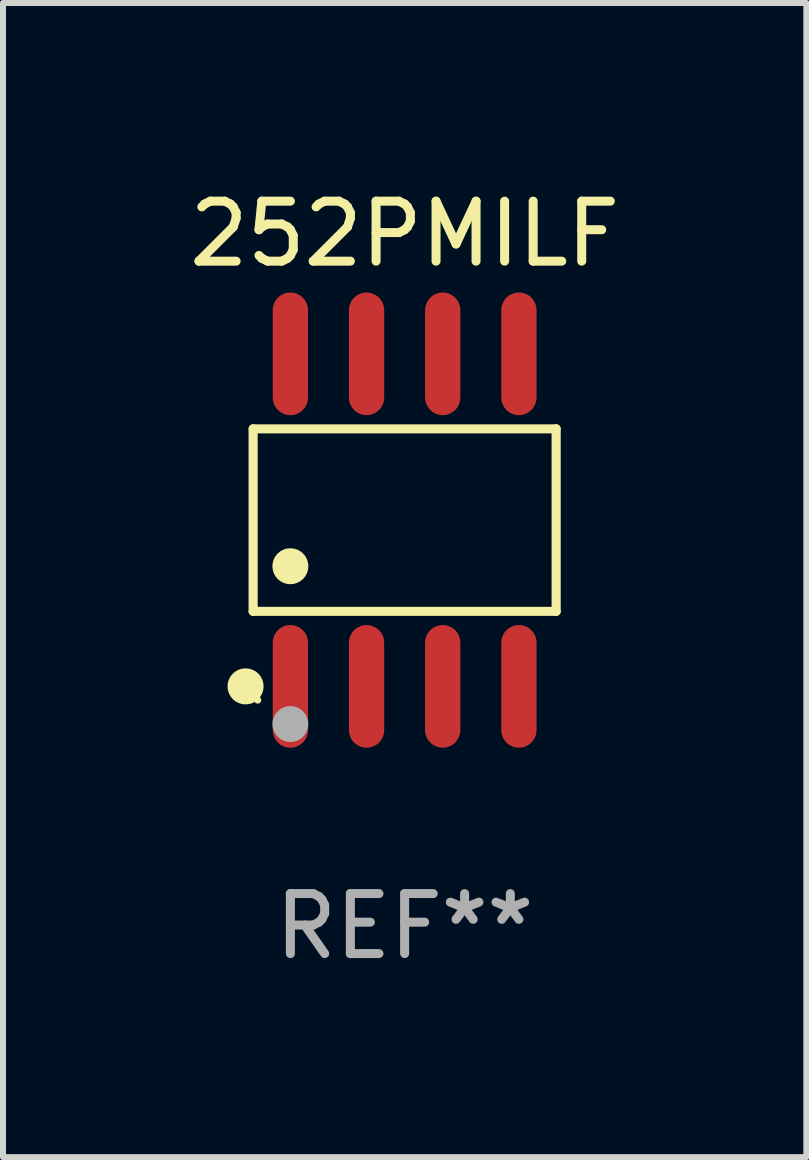
<source format=kicad_pcb>
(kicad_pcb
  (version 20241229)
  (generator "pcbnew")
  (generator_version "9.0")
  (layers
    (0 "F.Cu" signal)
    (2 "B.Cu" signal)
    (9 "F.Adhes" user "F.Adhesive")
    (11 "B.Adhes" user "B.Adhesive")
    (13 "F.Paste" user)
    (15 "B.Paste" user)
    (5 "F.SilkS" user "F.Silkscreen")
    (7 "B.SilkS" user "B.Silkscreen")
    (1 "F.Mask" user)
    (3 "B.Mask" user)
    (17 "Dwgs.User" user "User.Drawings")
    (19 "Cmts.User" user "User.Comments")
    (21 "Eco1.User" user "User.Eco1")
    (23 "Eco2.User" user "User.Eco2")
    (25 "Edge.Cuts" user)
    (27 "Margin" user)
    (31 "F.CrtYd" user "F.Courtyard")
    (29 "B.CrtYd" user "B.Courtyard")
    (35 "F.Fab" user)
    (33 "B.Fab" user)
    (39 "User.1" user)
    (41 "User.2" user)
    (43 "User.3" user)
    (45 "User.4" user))
  (footprint "252PMILF"
    (layer "F.Cu")
    (at 3.696 5.621)
    (property "Reference" "252PMILF" (at 0 -4.772 0) (layer "F.SilkS") (effects (font (size 1 1) (thickness 0.15))))
    (attr through_hole)
    (fp_line (start -2.526 -1.521) (end 2.526 -1.521) (stroke (width 0.152) (type solid)) (layer "F.SilkS"))
    (fp_line (start -2.526 1.521) (end -2.526 -1.521) (stroke (width 0.152) (type solid)) (layer "F.SilkS"))
    (fp_line (start 2.526 -1.521) (end 2.526 1.521) (stroke (width 0.152) (type solid)) (layer "F.SilkS"))
    (fp_line (start 2.526 1.521) (end -2.526 1.521) (stroke (width 0.152) (type solid)) (layer "F.SilkS"))
    (fp_circle (center -2.652 2.772) (end -2.501 2.772) (stroke (width 0.3) (type solid)) (fill no) (layer "F.SilkS"))
    (fp_circle (center -2.45 3) (end -2.42 3) (stroke (width 0.06) (type solid)) (fill no) (layer "F.SilkS"))
    (fp_circle (center -1.905 0.769) (end -1.755 0.769) (stroke (width 0.3) (type solid)) (fill no) (layer "F.SilkS"))
    (fp_circle (center -1.905 3.4) (end -1.755 3.4) (stroke (width 0.3) (type solid)) (fill no) (layer "F.Fab"))
    (fp_text user "REF**" (at 0 6.772 0) (layer "F.Fab") (effects (font (size 1 1) (thickness 0.15))))
    (pad "1" smd oval (at -1.905 2.772) (size 0.588 2.045) (layers "F.Cu" "F.Mask" "F.Paste"))
    (pad "2" smd oval (at -0.635 2.772) (size 0.588 2.045) (layers "F.Cu" "F.Mask" "F.Paste"))
    (pad "3" smd oval (at 0.635 2.772) (size 0.588 2.045) (layers "F.Cu" "F.Mask" "F.Paste"))
    (pad "4" smd oval (at 1.905 2.772) (size 0.588 2.045) (layers "F.Cu" "F.Mask" "F.Paste"))
    (pad "5" smd oval (at 1.905 -2.772) (size 0.588 2.045) (layers "F.Cu" "F.Mask" "F.Paste"))
    (pad "6" smd oval (at 0.635 -2.772) (size 0.588 2.045) (layers "F.Cu" "F.Mask" "F.Paste"))
    (pad "7" smd oval (at -0.635 -2.772) (size 0.588 2.045) (layers "F.Cu" "F.Mask" "F.Paste"))
    (pad "8" smd oval (at -1.905 -2.772) (size 0.588 2.045) (layers "F.Cu" "F.Mask" "F.Paste")))
  (gr_rect
    (start -3 -3)
    (end 10.393 16.241)
    (stroke (width 0.1) (type default))
    (fill no)
    (layer "Edge.Cuts")))
</source>
